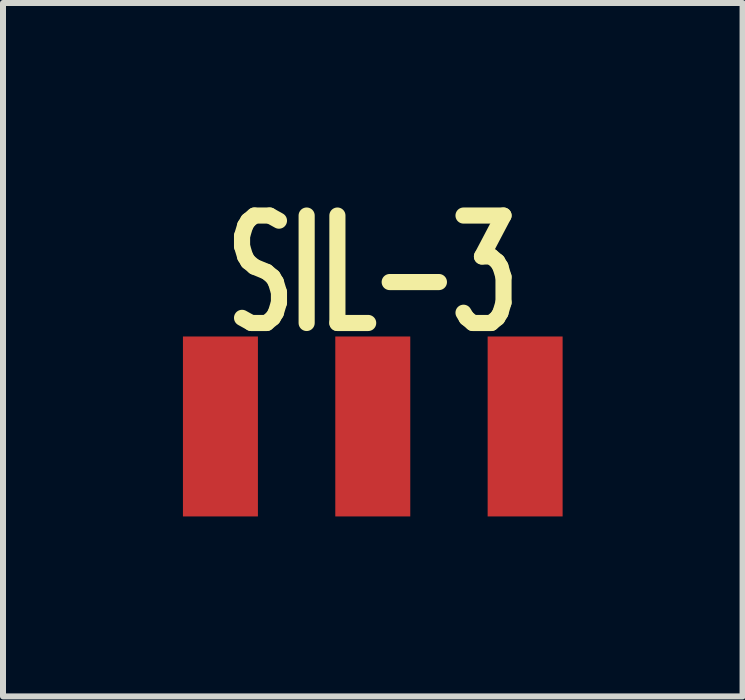
<source format=kicad_pcb>
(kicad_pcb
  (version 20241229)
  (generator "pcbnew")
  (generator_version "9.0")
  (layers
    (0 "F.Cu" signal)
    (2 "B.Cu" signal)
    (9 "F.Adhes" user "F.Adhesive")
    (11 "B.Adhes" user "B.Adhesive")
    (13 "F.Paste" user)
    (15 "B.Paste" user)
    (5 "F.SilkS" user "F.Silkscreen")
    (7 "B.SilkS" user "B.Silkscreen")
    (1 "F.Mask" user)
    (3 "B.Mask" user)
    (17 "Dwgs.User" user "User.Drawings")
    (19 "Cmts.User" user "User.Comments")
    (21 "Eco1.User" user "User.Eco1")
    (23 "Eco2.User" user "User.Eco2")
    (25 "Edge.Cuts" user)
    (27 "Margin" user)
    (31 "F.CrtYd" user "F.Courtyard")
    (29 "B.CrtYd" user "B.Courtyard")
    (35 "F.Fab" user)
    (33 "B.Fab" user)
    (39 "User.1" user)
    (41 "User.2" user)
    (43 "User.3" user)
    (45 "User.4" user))
  (footprint "SIL-3"
    (layer "F.Cu")
    (at 3.165 4.06)
    (property "Reference" "SIL-3" (at 0 -2.54 0) (layer "F.SilkS") (effects (font (size 1.791 1.077) (thickness 0.269))))
    (attr through_hole)
    (pad "1" smd rect (at -2.54 0) (size 1.25 3) (layers "F.Cu" "F.Mask" "F.Paste"))
    (pad "2" smd rect (at 0 0) (size 1.25 3) (layers "F.Cu" "F.Mask" "F.Paste"))
    (pad "3" smd rect (at 2.54 0) (size 1.25 3) (layers "F.Cu" "F.Mask" "F.Paste")))
  (gr_rect
    (start -3 -3)
    (end 9.33 8.56)
    (stroke (width 0.1) (type default))
    (fill no)
    (layer "Edge.Cuts")))
</source>
